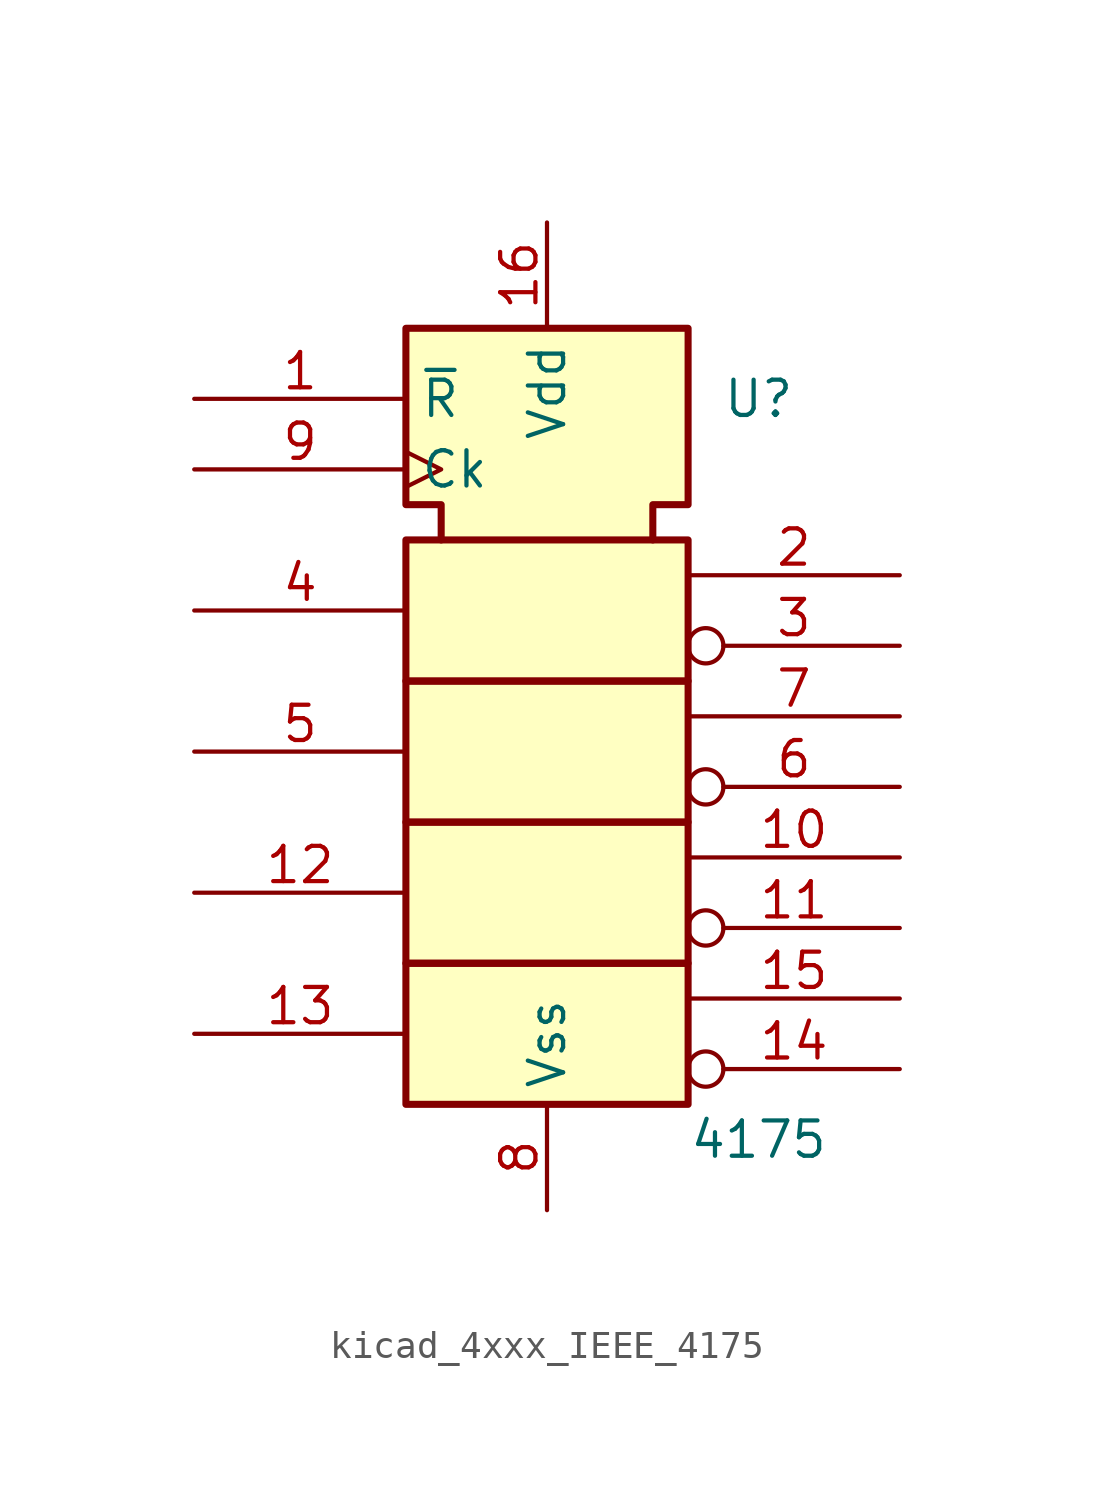
<source format=kicad_sym>
(kicad_symbol_lib
  (version 20220914)
  (generator kicad_symbol_editor)
  (symbol "kicad_4xxx_IEEE_4175"
    (property "Reference" "U"
      (at 7.62 11.43 0)
      (effects (font (size 1.27 1.27))))
    (property "Value" "4175"
      (at 7.62 -15.24 0)
      (effects (font (size 1.27 1.27))))
    (symbol "kicad_4xxx_IEEE_4175_0_1"
      (rectangle (start -5.08 -8.89) (end 5.08 -13.97) (stroke (width 0.254) (type default)) (fill (type background)))
      (rectangle (start -5.08 1.27) (end 5.08 -3.81) (stroke (width 0.254) (type default)) (fill (type background)))
      (polyline (pts (xy -3.81 6.35) (xy -3.81 7.62) (xy -5.08 7.62) (xy -5.08 13.97) (xy 5.08 13.97) (xy 5.08 7.62) (xy 3.81 7.62) (xy 3.81 6.35) (xy 3.81 6.35)) (stroke (width 0.254) (type default)) (fill (type background)))
      (rectangle (start 5.08 -3.81) (end -5.08 -8.89) (stroke (width 0.254) (type default)) (fill (type background)))
      (rectangle (start 5.08 6.35) (end -5.08 1.27) (stroke (width 0.254) (type default)) (fill (type background))))
    (symbol "kicad_4xxx_IEEE_4175_1_0"
      (pin input line (at -12.7 11.43 0) (length 7.62) (name "~{R}" (effects (font (size 1.27 1.27)))) (number "1" (effects (font (size 1.27 1.27)))))
      (pin output line (at 12.7 -5.08 180) (length 7.62) (name "~" (effects (font (size 1.27 1.27)))) (number "10" (effects (font (size 1.27 1.27)))))
      (pin output inverted (at 12.7 -7.62 180) (length 7.62) (name "~" (effects (font (size 1.27 1.27)))) (number "11" (effects (font (size 1.27 1.27)))))
      (pin input line (at -12.7 -6.35 0) (length 7.62) (name "~" (effects (font (size 1.27 1.27)))) (number "12" (effects (font (size 1.27 1.27)))))
      (pin input line (at -12.7 -11.43 0) (length 7.62) (name "~" (effects (font (size 1.27 1.27)))) (number "13" (effects (font (size 1.27 1.27)))))
      (pin output inverted (at 12.7 -12.7 180) (length 7.62) (name "~" (effects (font (size 1.27 1.27)))) (number "14" (effects (font (size 1.27 1.27)))))
      (pin output line (at 12.7 -10.16 180) (length 7.62) (name "~" (effects (font (size 1.27 1.27)))) (number "15" (effects (font (size 1.27 1.27)))))
      (pin power_in line (at 0 17.78 270) (length 3.81) (name "Vdd" (effects (font (size 1.27 1.27)))) (number "16" (effects (font (size 1.27 1.27)))))
      (pin output line (at 12.7 5.08 180) (length 7.62) (name "~" (effects (font (size 1.27 1.27)))) (number "2" (effects (font (size 1.27 1.27)))))
      (pin output inverted (at 12.7 2.54 180) (length 7.62) (name "~" (effects (font (size 1.27 1.27)))) (number "3" (effects (font (size 1.27 1.27)))))
      (pin input line (at -12.7 3.81 0) (length 7.62) (name "~" (effects (font (size 1.27 1.27)))) (number "4" (effects (font (size 1.27 1.27)))))
      (pin input line (at -12.7 -1.27 0) (length 7.62) (name "~" (effects (font (size 1.27 1.27)))) (number "5" (effects (font (size 1.27 1.27)))))
      (pin output inverted (at 12.7 -2.54 180) (length 7.62) (name "~" (effects (font (size 1.27 1.27)))) (number "6" (effects (font (size 1.27 1.27)))))
      (pin output line (at 12.7 0 180) (length 7.62) (name "~" (effects (font (size 1.27 1.27)))) (number "7" (effects (font (size 1.27 1.27)))))
      (pin power_in line (at 0 -17.78 90) (length 3.81) (name "Vss" (effects (font (size 1.27 1.27)))) (number "8" (effects (font (size 1.27 1.27)))))
      (pin input clock (at -12.7 8.89 0) (length 7.62) (name "Ck" (effects (font (size 1.27 1.27)))) (number "9" (effects (font (size 1.27 1.27))))))))
</source>
